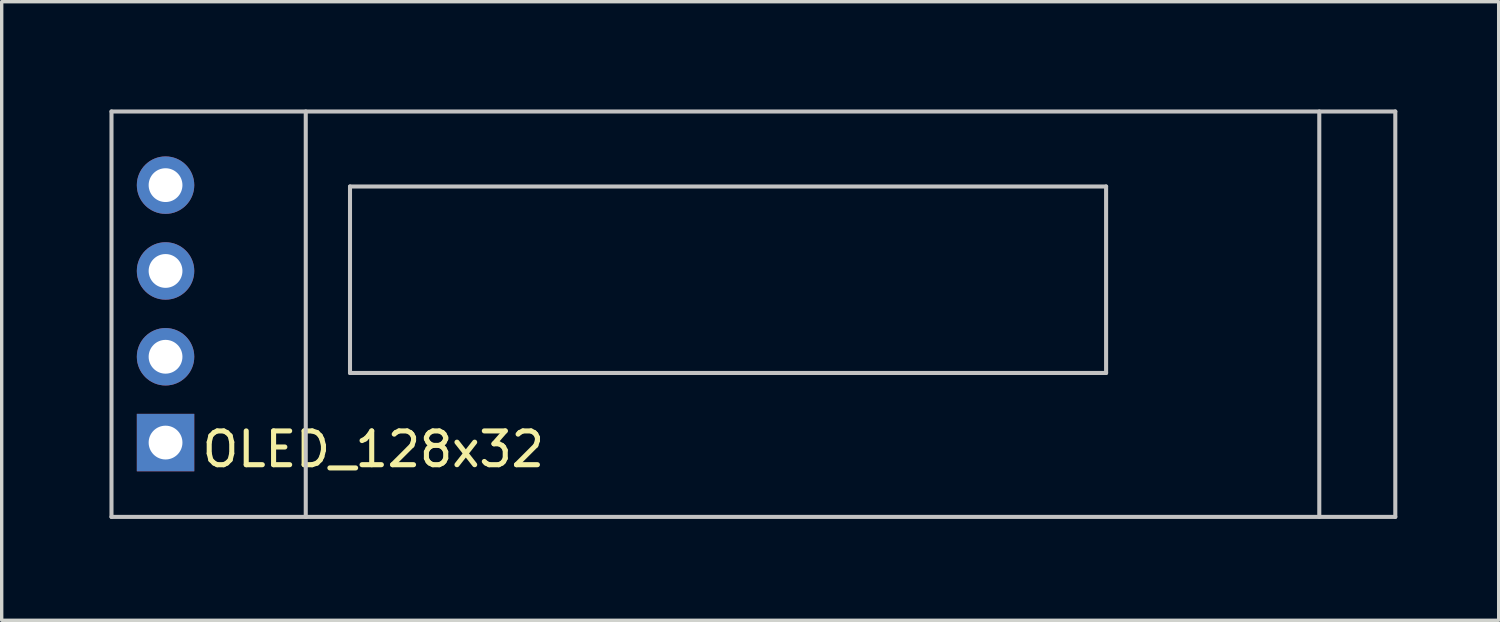
<source format=kicad_pcb>
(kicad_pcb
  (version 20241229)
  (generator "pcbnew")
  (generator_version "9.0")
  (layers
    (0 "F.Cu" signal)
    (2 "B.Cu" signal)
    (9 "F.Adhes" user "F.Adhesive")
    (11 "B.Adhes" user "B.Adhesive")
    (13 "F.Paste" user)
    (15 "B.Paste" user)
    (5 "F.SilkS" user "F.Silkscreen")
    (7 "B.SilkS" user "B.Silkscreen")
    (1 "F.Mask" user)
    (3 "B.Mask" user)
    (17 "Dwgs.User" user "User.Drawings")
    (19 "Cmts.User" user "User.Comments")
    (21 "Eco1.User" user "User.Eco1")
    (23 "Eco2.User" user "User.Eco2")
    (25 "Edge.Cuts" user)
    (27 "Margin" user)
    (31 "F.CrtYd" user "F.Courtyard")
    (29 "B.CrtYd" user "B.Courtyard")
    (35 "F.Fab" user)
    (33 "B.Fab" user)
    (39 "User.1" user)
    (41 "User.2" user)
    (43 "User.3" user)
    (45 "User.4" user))
  (footprint "OLED_128x32"
    (layer "F.Cu")
    (at 0.25 0.25)
    (property "Reference" "OLED_128x32" (at 7.75 10 0) (layer "F.SilkS") (effects (font (size 1 1) (thickness 0.15))))
    (attr through_hole exclude_from_pos_files)
    (fp_line (start 0 0) (end 0 12) (stroke (width 0.12) (type solid)) (layer "Dwgs.User"))
    (fp_line (start 0 0) (end 38 0) (stroke (width 0.12) (type solid)) (layer "Dwgs.User"))
    (fp_line (start 5.75 0) (end 5.75 12) (stroke (width 0.12) (type solid)) (layer "Dwgs.User"))
    (fp_line (start 7.06 2.22) (end 7.06 7.74) (stroke (width 0.12) (type solid)) (layer "Dwgs.User"))
    (fp_line (start 7.06 2.22) (end 29.44 2.22) (stroke (width 0.12) (type solid)) (layer "Dwgs.User"))
    (fp_line (start 7.06 7.74) (end 29.44 7.74) (stroke (width 0.12) (type solid)) (layer "Dwgs.User"))
    (fp_line (start 29.44 7.74) (end 29.44 2.22) (stroke (width 0.12) (type solid)) (layer "Dwgs.User"))
    (fp_line (start 35.75 0) (end 35.75 12) (stroke (width 0.12) (type solid)) (layer "Dwgs.User"))
    (fp_line (start 38 0) (end 38 12) (stroke (width 0.12) (type solid)) (layer "Dwgs.User"))
    (fp_line (start 38 12) (end 0 12) (stroke (width 0.12) (type solid)) (layer "Dwgs.User"))
    (pad "1" thru_hole rect (at 1.6 9.8 180) (size 1.7 1.7) (drill 1) (layers "*.Cu" "*.Mask"))
    (pad "2" thru_hole oval (at 1.6 7.26 180) (size 1.7 1.7) (drill 1) (layers "*.Cu" "*.Mask"))
    (pad "3" thru_hole oval (at 1.6 4.72 180) (size 1.7 1.7) (drill 1) (layers "*.Cu" "*.Mask"))
    (pad "4" thru_hole oval (at 1.6 2.18 180) (size 1.7 1.7) (drill 1) (layers "*.Cu" "*.Mask")))
  (gr_rect
    (start -3 -3)
    (end 41.31 15.31)
    (stroke (width 0.1) (type default))
    (fill no)
    (layer "Edge.Cuts")))
</source>
